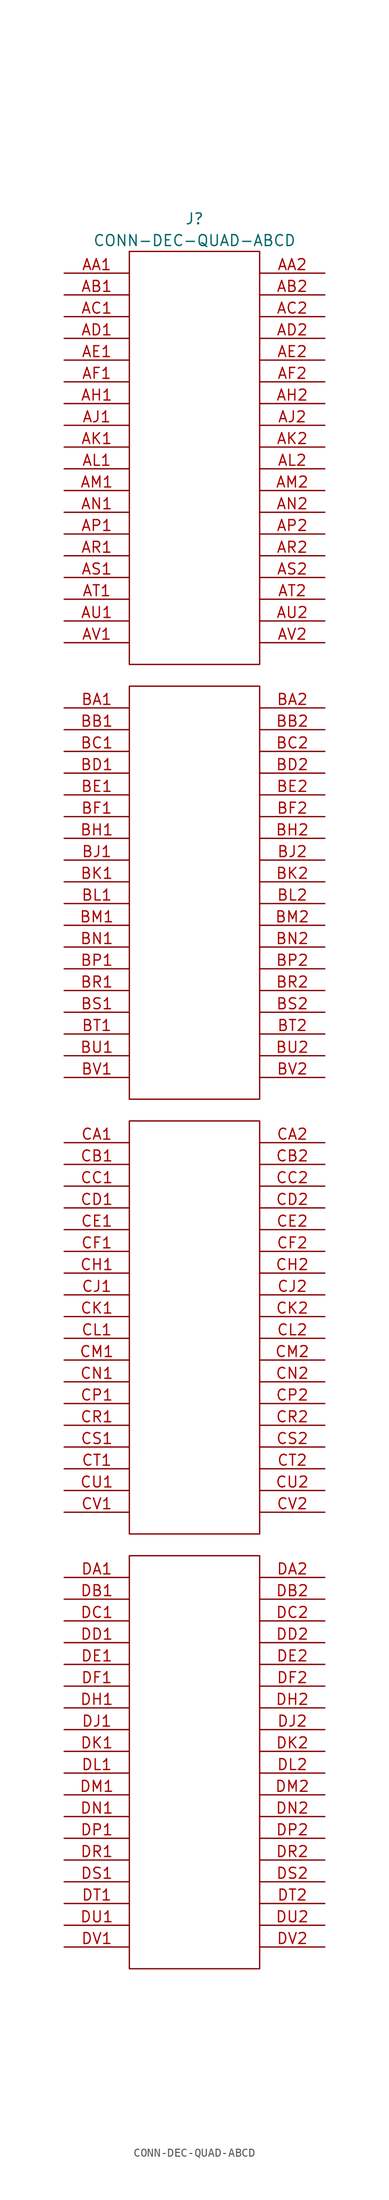
<source format=kicad_sym>
(kicad_symbol_lib
  (version 20220914)
  (generator kicad_symbol_editor)
  (symbol "CONN-DEC-QUAD-ABCD"
    (pin_names
      (offset 1.016) hide)
    (property "Reference" "J"
      (at 0 26.67 0)
      (effects (font (size 1.27 1.27))))
    (property "Value" "CONN-DEC-QUAD-ABCD"
      (at 0 24.13 0)
      (effects (font (size 1.27 1.27))))
    (property "Footprint" ""
      (at -5.08 24.13 0)
      (effects (font (size 1.524 1.524))))
    (property "Datasheet" ""
      (at -5.08 24.13 0)
      (effects (font (size 1.524 1.524))))
    (symbol "CONN-DEC-QUAD-ABCD_0_0"
      (rectangle (start -7.62 -177.8) (end 7.62 -129.54) (stroke (width 0) (type solid)) (fill (type none)))
      (rectangle (start -7.62 -127) (end 7.62 -78.74) (stroke (width 0) (type solid)) (fill (type none)))
      (rectangle (start -7.62 -76.2) (end 7.62 -27.94) (stroke (width 0) (type solid)) (fill (type none)))
      (rectangle (start -7.62 -25.4) (end 7.62 22.86) (stroke (width 0) (type solid)) (fill (type none))))
    (symbol "CONN-DEC-QUAD-ABCD_1_1"
      (pin passive line (at -15.24 20.32 0) (length 7.62) (name "~" (effects (font (size 1.27 1.27)))) (number "AA1" (effects (font (size 1.27 1.27)))))
      (pin passive line (at 15.24 20.32 180) (length 7.62) (name "~" (effects (font (size 1.27 1.27)))) (number "AA2" (effects (font (size 1.27 1.27)))))
      (pin passive line (at -15.24 17.78 0) (length 7.62) (name "~" (effects (font (size 1.27 1.27)))) (number "AB1" (effects (font (size 1.27 1.27)))))
      (pin passive line (at 15.24 17.78 180) (length 7.62) (name "~" (effects (font (size 1.27 1.27)))) (number "AB2" (effects (font (size 1.27 1.27)))))
      (pin passive line (at -15.24 15.24 0) (length 7.62) (name "~" (effects (font (size 1.27 1.27)))) (number "AC1" (effects (font (size 1.27 1.27)))))
      (pin passive line (at 15.24 15.24 180) (length 7.62) (name "~" (effects (font (size 1.27 1.27)))) (number "AC2" (effects (font (size 1.27 1.27)))))
      (pin passive line (at -15.24 12.7 0) (length 7.62) (name "~" (effects (font (size 1.27 1.27)))) (number "AD1" (effects (font (size 1.27 1.27)))))
      (pin passive line (at 15.24 12.7 180) (length 7.62) (name "~" (effects (font (size 1.27 1.27)))) (number "AD2" (effects (font (size 1.27 1.27)))))
      (pin passive line (at -15.24 10.16 0) (length 7.62) (name "~" (effects (font (size 1.27 1.27)))) (number "AE1" (effects (font (size 1.27 1.27)))))
      (pin passive line (at 15.24 10.16 180) (length 7.62) (name "~" (effects (font (size 1.27 1.27)))) (number "AE2" (effects (font (size 1.27 1.27)))))
      (pin passive line (at -15.24 7.62 0) (length 7.62) (name "~" (effects (font (size 1.27 1.27)))) (number "AF1" (effects (font (size 1.27 1.27)))))
      (pin passive line (at 15.24 7.62 180) (length 7.62) (name "~" (effects (font (size 1.27 1.27)))) (number "AF2" (effects (font (size 1.27 1.27)))))
      (pin passive line (at -15.24 5.08 0) (length 7.62) (name "~" (effects (font (size 1.27 1.27)))) (number "AH1" (effects (font (size 1.27 1.27)))))
      (pin passive line (at 15.24 5.08 180) (length 7.62) (name "~" (effects (font (size 1.27 1.27)))) (number "AH2" (effects (font (size 1.27 1.27)))))
      (pin passive line (at -15.24 2.54 0) (length 7.62) (name "~" (effects (font (size 1.27 1.27)))) (number "AJ1" (effects (font (size 1.27 1.27)))))
      (pin input line (at 15.24 2.54 180) (length 7.62) (name "~" (effects (font (size 1.27 1.27)))) (number "AJ2" (effects (font (size 1.27 1.27)))))
      (pin passive line (at -15.24 0 0) (length 7.62) (name "~" (effects (font (size 1.27 1.27)))) (number "AK1" (effects (font (size 1.27 1.27)))))
      (pin passive line (at 15.24 0 180) (length 7.62) (name "~" (effects (font (size 1.27 1.27)))) (number "AK2" (effects (font (size 1.27 1.27)))))
      (pin passive line (at -15.24 -2.54 0) (length 7.62) (name "~" (effects (font (size 1.27 1.27)))) (number "AL1" (effects (font (size 1.27 1.27)))))
      (pin passive line (at 15.24 -2.54 180) (length 7.62) (name "~" (effects (font (size 1.27 1.27)))) (number "AL2" (effects (font (size 1.27 1.27)))))
      (pin passive line (at -15.24 -5.08 0) (length 7.62) (name "~" (effects (font (size 1.27 1.27)))) (number "AM1" (effects (font (size 1.27 1.27)))))
      (pin passive line (at 15.24 -5.08 180) (length 7.62) (name "~" (effects (font (size 1.27 1.27)))) (number "AM2" (effects (font (size 1.27 1.27)))))
      (pin passive line (at -15.24 -7.62 0) (length 7.62) (name "~" (effects (font (size 1.27 1.27)))) (number "AN1" (effects (font (size 1.27 1.27)))))
      (pin passive line (at 15.24 -7.62 180) (length 7.62) (name "~" (effects (font (size 1.27 1.27)))) (number "AN2" (effects (font (size 1.27 1.27)))))
      (pin passive line (at -15.24 -10.16 0) (length 7.62) (name "~" (effects (font (size 1.27 1.27)))) (number "AP1" (effects (font (size 1.27 1.27)))))
      (pin passive line (at 15.24 -10.16 180) (length 7.62) (name "~" (effects (font (size 1.27 1.27)))) (number "AP2" (effects (font (size 1.27 1.27)))))
      (pin passive line (at -15.24 -12.7 0) (length 7.62) (name "~" (effects (font (size 1.27 1.27)))) (number "AR1" (effects (font (size 1.27 1.27)))))
      (pin passive line (at 15.24 -12.7 180) (length 7.62) (name "~" (effects (font (size 1.27 1.27)))) (number "AR2" (effects (font (size 1.27 1.27)))))
      (pin passive line (at -15.24 -15.24 0) (length 7.62) (name "~" (effects (font (size 1.27 1.27)))) (number "AS1" (effects (font (size 1.27 1.27)))))
      (pin passive line (at 15.24 -15.24 180) (length 7.62) (name "~" (effects (font (size 1.27 1.27)))) (number "AS2" (effects (font (size 1.27 1.27)))))
      (pin passive line (at -15.24 -17.78 0) (length 7.62) (name "~" (effects (font (size 1.27 1.27)))) (number "AT1" (effects (font (size 1.27 1.27)))))
      (pin passive line (at 15.24 -17.78 180) (length 7.62) (name "~" (effects (font (size 1.27 1.27)))) (number "AT2" (effects (font (size 1.27 1.27)))))
      (pin passive line (at -15.24 -20.32 0) (length 7.62) (name "~" (effects (font (size 1.27 1.27)))) (number "AU1" (effects (font (size 1.27 1.27)))))
      (pin passive line (at 15.24 -20.32 180) (length 7.62) (name "~" (effects (font (size 1.27 1.27)))) (number "AU2" (effects (font (size 1.27 1.27)))))
      (pin passive line (at -15.24 -22.86 0) (length 7.62) (name "~" (effects (font (size 1.27 1.27)))) (number "AV1" (effects (font (size 1.27 1.27)))))
      (pin passive line (at 15.24 -22.86 180) (length 7.62) (name "~" (effects (font (size 1.27 1.27)))) (number "AV2" (effects (font (size 1.27 1.27)))))
      (pin passive line (at -15.24 -30.48 0) (length 7.62) (name "~" (effects (font (size 1.27 1.27)))) (number "BA1" (effects (font (size 1.27 1.27)))))
      (pin passive line (at 15.24 -30.48 180) (length 7.62) (name "~" (effects (font (size 1.27 1.27)))) (number "BA2" (effects (font (size 1.27 1.27)))))
      (pin passive line (at -15.24 -33.02 0) (length 7.62) (name "~" (effects (font (size 1.27 1.27)))) (number "BB1" (effects (font (size 1.27 1.27)))))
      (pin passive line (at 15.24 -33.02 180) (length 7.62) (name "~" (effects (font (size 1.27 1.27)))) (number "BB2" (effects (font (size 1.27 1.27)))))
      (pin passive line (at -15.24 -35.56 0) (length 7.62) (name "~" (effects (font (size 1.27 1.27)))) (number "BC1" (effects (font (size 1.27 1.27)))))
      (pin passive line (at 15.24 -35.56 180) (length 7.62) (name "~" (effects (font (size 1.27 1.27)))) (number "BC2" (effects (font (size 1.27 1.27)))))
      (pin passive line (at -15.24 -38.1 0) (length 7.62) (name "~" (effects (font (size 1.27 1.27)))) (number "BD1" (effects (font (size 1.27 1.27)))))
      (pin passive line (at 15.24 -38.1 180) (length 7.62) (name "~" (effects (font (size 1.27 1.27)))) (number "BD2" (effects (font (size 1.27 1.27)))))
      (pin passive line (at -15.24 -40.64 0) (length 7.62) (name "~" (effects (font (size 1.27 1.27)))) (number "BE1" (effects (font (size 1.27 1.27)))))
      (pin passive line (at 15.24 -40.64 180) (length 7.62) (name "~" (effects (font (size 1.27 1.27)))) (number "BE2" (effects (font (size 1.27 1.27)))))
      (pin passive line (at -15.24 -43.18 0) (length 7.62) (name "~" (effects (font (size 1.27 1.27)))) (number "BF1" (effects (font (size 1.27 1.27)))))
      (pin passive line (at 15.24 -43.18 180) (length 7.62) (name "~" (effects (font (size 1.27 1.27)))) (number "BF2" (effects (font (size 1.27 1.27)))))
      (pin passive line (at -15.24 -45.72 0) (length 7.62) (name "~" (effects (font (size 1.27 1.27)))) (number "BH1" (effects (font (size 1.27 1.27)))))
      (pin passive line (at 15.24 -45.72 180) (length 7.62) (name "~" (effects (font (size 1.27 1.27)))) (number "BH2" (effects (font (size 1.27 1.27)))))
      (pin passive line (at -15.24 -48.26 0) (length 7.62) (name "~" (effects (font (size 1.27 1.27)))) (number "BJ1" (effects (font (size 1.27 1.27)))))
      (pin passive line (at 15.24 -48.26 180) (length 7.62) (name "~" (effects (font (size 1.27 1.27)))) (number "BJ2" (effects (font (size 1.27 1.27)))))
      (pin passive line (at -15.24 -50.8 0) (length 7.62) (name "~" (effects (font (size 1.27 1.27)))) (number "BK1" (effects (font (size 1.27 1.27)))))
      (pin passive line (at 15.24 -50.8 180) (length 7.62) (name "~" (effects (font (size 1.27 1.27)))) (number "BK2" (effects (font (size 1.27 1.27)))))
      (pin passive line (at -15.24 -53.34 0) (length 7.62) (name "~" (effects (font (size 1.27 1.27)))) (number "BL1" (effects (font (size 1.27 1.27)))))
      (pin passive line (at 15.24 -53.34 180) (length 7.62) (name "~" (effects (font (size 1.27 1.27)))) (number "BL2" (effects (font (size 1.27 1.27)))))
      (pin passive line (at -15.24 -55.88 0) (length 7.62) (name "~" (effects (font (size 1.27 1.27)))) (number "BM1" (effects (font (size 1.27 1.27)))))
      (pin passive line (at 15.24 -55.88 180) (length 7.62) (name "~" (effects (font (size 1.27 1.27)))) (number "BM2" (effects (font (size 1.27 1.27)))))
      (pin passive line (at -15.24 -58.42 0) (length 7.62) (name "~" (effects (font (size 1.27 1.27)))) (number "BN1" (effects (font (size 1.27 1.27)))))
      (pin passive line (at 15.24 -58.42 180) (length 7.62) (name "~" (effects (font (size 1.27 1.27)))) (number "BN2" (effects (font (size 1.27 1.27)))))
      (pin passive line (at -15.24 -60.96 0) (length 7.62) (name "~" (effects (font (size 1.27 1.27)))) (number "BP1" (effects (font (size 1.27 1.27)))))
      (pin passive line (at 15.24 -60.96 180) (length 7.62) (name "~" (effects (font (size 1.27 1.27)))) (number "BP2" (effects (font (size 1.27 1.27)))))
      (pin passive line (at -15.24 -63.5 0) (length 7.62) (name "~" (effects (font (size 1.27 1.27)))) (number "BR1" (effects (font (size 1.27 1.27)))))
      (pin passive line (at 15.24 -63.5 180) (length 7.62) (name "~" (effects (font (size 1.27 1.27)))) (number "BR2" (effects (font (size 1.27 1.27)))))
      (pin passive line (at -15.24 -66.04 0) (length 7.62) (name "~" (effects (font (size 1.27 1.27)))) (number "BS1" (effects (font (size 1.27 1.27)))))
      (pin passive line (at 15.24 -66.04 180) (length 7.62) (name "~" (effects (font (size 1.27 1.27)))) (number "BS2" (effects (font (size 1.27 1.27)))))
      (pin passive line (at -15.24 -68.58 0) (length 7.62) (name "~" (effects (font (size 1.27 1.27)))) (number "BT1" (effects (font (size 1.27 1.27)))))
      (pin passive line (at 15.24 -68.58 180) (length 7.62) (name "~" (effects (font (size 1.27 1.27)))) (number "BT2" (effects (font (size 1.27 1.27)))))
      (pin passive line (at -15.24 -71.12 0) (length 7.62) (name "~" (effects (font (size 1.27 1.27)))) (number "BU1" (effects (font (size 1.27 1.27)))))
      (pin passive line (at 15.24 -71.12 180) (length 7.62) (name "~" (effects (font (size 1.27 1.27)))) (number "BU2" (effects (font (size 1.27 1.27)))))
      (pin passive line (at -15.24 -73.66 0) (length 7.62) (name "~" (effects (font (size 1.27 1.27)))) (number "BV1" (effects (font (size 1.27 1.27)))))
      (pin open_collector line (at 15.24 -73.66 180) (length 7.62) (name "~" (effects (font (size 1.27 1.27)))) (number "BV2" (effects (font (size 1.27 1.27)))))
      (pin passive line (at -15.24 -81.28 0) (length 7.62) (name "~" (effects (font (size 1.27 1.27)))) (number "CA1" (effects (font (size 1.27 1.27)))))
      (pin passive line (at 15.24 -81.28 180) (length 7.62) (name "~" (effects (font (size 1.27 1.27)))) (number "CA2" (effects (font (size 1.27 1.27)))))
      (pin passive line (at -15.24 -83.82 0) (length 7.62) (name "~" (effects (font (size 1.27 1.27)))) (number "CB1" (effects (font (size 1.27 1.27)))))
      (pin passive line (at 15.24 -83.82 180) (length 7.62) (name "~" (effects (font (size 1.27 1.27)))) (number "CB2" (effects (font (size 1.27 1.27)))))
      (pin passive line (at -15.24 -86.36 0) (length 7.62) (name "~" (effects (font (size 1.27 1.27)))) (number "CC1" (effects (font (size 1.27 1.27)))))
      (pin passive line (at 15.24 -86.36 180) (length 7.62) (name "~" (effects (font (size 1.27 1.27)))) (number "CC2" (effects (font (size 1.27 1.27)))))
      (pin passive line (at -15.24 -88.9 0) (length 7.62) (name "~" (effects (font (size 1.27 1.27)))) (number "CD1" (effects (font (size 1.27 1.27)))))
      (pin passive line (at 15.24 -88.9 180) (length 7.62) (name "~" (effects (font (size 1.27 1.27)))) (number "CD2" (effects (font (size 1.27 1.27)))))
      (pin passive line (at -15.24 -91.44 0) (length 7.62) (name "~" (effects (font (size 1.27 1.27)))) (number "CE1" (effects (font (size 1.27 1.27)))))
      (pin passive line (at 15.24 -91.44 180) (length 7.62) (name "~" (effects (font (size 1.27 1.27)))) (number "CE2" (effects (font (size 1.27 1.27)))))
      (pin passive line (at -15.24 -93.98 0) (length 7.62) (name "~" (effects (font (size 1.27 1.27)))) (number "CF1" (effects (font (size 1.27 1.27)))))
      (pin passive line (at 15.24 -93.98 180) (length 7.62) (name "~" (effects (font (size 1.27 1.27)))) (number "CF2" (effects (font (size 1.27 1.27)))))
      (pin passive line (at -15.24 -96.52 0) (length 7.62) (name "~" (effects (font (size 1.27 1.27)))) (number "CH1" (effects (font (size 1.27 1.27)))))
      (pin passive line (at 15.24 -96.52 180) (length 7.62) (name "~" (effects (font (size 1.27 1.27)))) (number "CH2" (effects (font (size 1.27 1.27)))))
      (pin passive line (at -15.24 -99.06 0) (length 7.62) (name "~" (effects (font (size 1.27 1.27)))) (number "CJ1" (effects (font (size 1.27 1.27)))))
      (pin input line (at 15.24 -99.06 180) (length 7.62) (name "~" (effects (font (size 1.27 1.27)))) (number "CJ2" (effects (font (size 1.27 1.27)))))
      (pin passive line (at -15.24 -101.6 0) (length 7.62) (name "~" (effects (font (size 1.27 1.27)))) (number "CK1" (effects (font (size 1.27 1.27)))))
      (pin passive line (at 15.24 -101.6 180) (length 7.62) (name "~" (effects (font (size 1.27 1.27)))) (number "CK2" (effects (font (size 1.27 1.27)))))
      (pin passive line (at -15.24 -104.14 0) (length 7.62) (name "~" (effects (font (size 1.27 1.27)))) (number "CL1" (effects (font (size 1.27 1.27)))))
      (pin passive line (at 15.24 -104.14 180) (length 7.62) (name "~" (effects (font (size 1.27 1.27)))) (number "CL2" (effects (font (size 1.27 1.27)))))
      (pin passive line (at -15.24 -106.68 0) (length 7.62) (name "~" (effects (font (size 1.27 1.27)))) (number "CM1" (effects (font (size 1.27 1.27)))))
      (pin passive line (at 15.24 -106.68 180) (length 7.62) (name "~" (effects (font (size 1.27 1.27)))) (number "CM2" (effects (font (size 1.27 1.27)))))
      (pin passive line (at -15.24 -109.22 0) (length 7.62) (name "~" (effects (font (size 1.27 1.27)))) (number "CN1" (effects (font (size 1.27 1.27)))))
      (pin passive line (at 15.24 -109.22 180) (length 7.62) (name "~" (effects (font (size 1.27 1.27)))) (number "CN2" (effects (font (size 1.27 1.27)))))
      (pin passive line (at -15.24 -111.76 0) (length 7.62) (name "~" (effects (font (size 1.27 1.27)))) (number "CP1" (effects (font (size 1.27 1.27)))))
      (pin passive line (at 15.24 -111.76 180) (length 7.62) (name "~" (effects (font (size 1.27 1.27)))) (number "CP2" (effects (font (size 1.27 1.27)))))
      (pin passive line (at -15.24 -114.3 0) (length 7.62) (name "~" (effects (font (size 1.27 1.27)))) (number "CR1" (effects (font (size 1.27 1.27)))))
      (pin passive line (at 15.24 -114.3 180) (length 7.62) (name "~" (effects (font (size 1.27 1.27)))) (number "CR2" (effects (font (size 1.27 1.27)))))
      (pin passive line (at -15.24 -116.84 0) (length 7.62) (name "~" (effects (font (size 1.27 1.27)))) (number "CS1" (effects (font (size 1.27 1.27)))))
      (pin passive line (at 15.24 -116.84 180) (length 7.62) (name "~" (effects (font (size 1.27 1.27)))) (number "CS2" (effects (font (size 1.27 1.27)))))
      (pin passive line (at -15.24 -119.38 0) (length 7.62) (name "~" (effects (font (size 1.27 1.27)))) (number "CT1" (effects (font (size 1.27 1.27)))))
      (pin passive line (at 15.24 -119.38 180) (length 7.62) (name "~" (effects (font (size 1.27 1.27)))) (number "CT2" (effects (font (size 1.27 1.27)))))
      (pin passive line (at -15.24 -121.92 0) (length 7.62) (name "~" (effects (font (size 1.27 1.27)))) (number "CU1" (effects (font (size 1.27 1.27)))))
      (pin passive line (at 15.24 -121.92 180) (length 7.62) (name "~" (effects (font (size 1.27 1.27)))) (number "CU2" (effects (font (size 1.27 1.27)))))
      (pin passive line (at -15.24 -124.46 0) (length 7.62) (name "~" (effects (font (size 1.27 1.27)))) (number "CV1" (effects (font (size 1.27 1.27)))))
      (pin passive line (at 15.24 -124.46 180) (length 7.62) (name "~" (effects (font (size 1.27 1.27)))) (number "CV2" (effects (font (size 1.27 1.27)))))
      (pin passive line (at -15.24 -132.08 0) (length 7.62) (name "~" (effects (font (size 1.27 1.27)))) (number "DA1" (effects (font (size 1.27 1.27)))))
      (pin passive line (at 15.24 -132.08 180) (length 7.62) (name "~" (effects (font (size 1.27 1.27)))) (number "DA2" (effects (font (size 1.27 1.27)))))
      (pin passive line (at -15.24 -134.62 0) (length 7.62) (name "~" (effects (font (size 1.27 1.27)))) (number "DB1" (effects (font (size 1.27 1.27)))))
      (pin passive line (at 15.24 -134.62 180) (length 7.62) (name "~" (effects (font (size 1.27 1.27)))) (number "DB2" (effects (font (size 1.27 1.27)))))
      (pin passive line (at -15.24 -137.16 0) (length 7.62) (name "~" (effects (font (size 1.27 1.27)))) (number "DC1" (effects (font (size 1.27 1.27)))))
      (pin passive line (at 15.24 -137.16 180) (length 7.62) (name "~" (effects (font (size 1.27 1.27)))) (number "DC2" (effects (font (size 1.27 1.27)))))
      (pin passive line (at -15.24 -139.7 0) (length 7.62) (name "~" (effects (font (size 1.27 1.27)))) (number "DD1" (effects (font (size 1.27 1.27)))))
      (pin passive line (at 15.24 -139.7 180) (length 7.62) (name "~" (effects (font (size 1.27 1.27)))) (number "DD2" (effects (font (size 1.27 1.27)))))
      (pin passive line (at -15.24 -142.24 0) (length 7.62) (name "~" (effects (font (size 1.27 1.27)))) (number "DE1" (effects (font (size 1.27 1.27)))))
      (pin passive line (at 15.24 -142.24 180) (length 7.62) (name "~" (effects (font (size 1.27 1.27)))) (number "DE2" (effects (font (size 1.27 1.27)))))
      (pin passive line (at -15.24 -144.78 0) (length 7.62) (name "~" (effects (font (size 1.27 1.27)))) (number "DF1" (effects (font (size 1.27 1.27)))))
      (pin passive line (at 15.24 -144.78 180) (length 7.62) (name "~" (effects (font (size 1.27 1.27)))) (number "DF2" (effects (font (size 1.27 1.27)))))
      (pin passive line (at -15.24 -147.32 0) (length 7.62) (name "~" (effects (font (size 1.27 1.27)))) (number "DH1" (effects (font (size 1.27 1.27)))))
      (pin passive line (at 15.24 -147.32 180) (length 7.62) (name "~" (effects (font (size 1.27 1.27)))) (number "DH2" (effects (font (size 1.27 1.27)))))
      (pin passive line (at -15.24 -149.86 0) (length 7.62) (name "~" (effects (font (size 1.27 1.27)))) (number "DJ1" (effects (font (size 1.27 1.27)))))
      (pin passive line (at 15.24 -149.86 180) (length 7.62) (name "~" (effects (font (size 1.27 1.27)))) (number "DJ2" (effects (font (size 1.27 1.27)))))
      (pin passive line (at -15.24 -152.4 0) (length 7.62) (name "~" (effects (font (size 1.27 1.27)))) (number "DK1" (effects (font (size 1.27 1.27)))))
      (pin passive line (at 15.24 -152.4 180) (length 7.62) (name "~" (effects (font (size 1.27 1.27)))) (number "DK2" (effects (font (size 1.27 1.27)))))
      (pin passive line (at -15.24 -154.94 0) (length 7.62) (name "~" (effects (font (size 1.27 1.27)))) (number "DL1" (effects (font (size 1.27 1.27)))))
      (pin passive line (at 15.24 -154.94 180) (length 7.62) (name "~" (effects (font (size 1.27 1.27)))) (number "DL2" (effects (font (size 1.27 1.27)))))
      (pin passive line (at -15.24 -157.48 0) (length 7.62) (name "~" (effects (font (size 1.27 1.27)))) (number "DM1" (effects (font (size 1.27 1.27)))))
      (pin passive line (at 15.24 -157.48 180) (length 7.62) (name "~" (effects (font (size 1.27 1.27)))) (number "DM2" (effects (font (size 1.27 1.27)))))
      (pin passive line (at -15.24 -160.02 0) (length 7.62) (name "~" (effects (font (size 1.27 1.27)))) (number "DN1" (effects (font (size 1.27 1.27)))))
      (pin passive line (at 15.24 -160.02 180) (length 7.62) (name "~" (effects (font (size 1.27 1.27)))) (number "DN2" (effects (font (size 1.27 1.27)))))
      (pin passive line (at -15.24 -162.56 0) (length 7.62) (name "~" (effects (font (size 1.27 1.27)))) (number "DP1" (effects (font (size 1.27 1.27)))))
      (pin passive line (at 15.24 -162.56 180) (length 7.62) (name "~" (effects (font (size 1.27 1.27)))) (number "DP2" (effects (font (size 1.27 1.27)))))
      (pin passive line (at -15.24 -165.1 0) (length 7.62) (name "~" (effects (font (size 1.27 1.27)))) (number "DR1" (effects (font (size 1.27 1.27)))))
      (pin passive line (at 15.24 -165.1 180) (length 7.62) (name "~" (effects (font (size 1.27 1.27)))) (number "DR2" (effects (font (size 1.27 1.27)))))
      (pin passive line (at -15.24 -167.64 0) (length 7.62) (name "~" (effects (font (size 1.27 1.27)))) (number "DS1" (effects (font (size 1.27 1.27)))))
      (pin passive line (at 15.24 -167.64 180) (length 7.62) (name "~" (effects (font (size 1.27 1.27)))) (number "DS2" (effects (font (size 1.27 1.27)))))
      (pin passive line (at -15.24 -170.18 0) (length 7.62) (name "~" (effects (font (size 1.27 1.27)))) (number "DT1" (effects (font (size 1.27 1.27)))))
      (pin passive line (at 15.24 -170.18 180) (length 7.62) (name "~" (effects (font (size 1.27 1.27)))) (number "DT2" (effects (font (size 1.27 1.27)))))
      (pin passive line (at -15.24 -172.72 0) (length 7.62) (name "~" (effects (font (size 1.27 1.27)))) (number "DU1" (effects (font (size 1.27 1.27)))))
      (pin passive line (at 15.24 -172.72 180) (length 7.62) (name "~" (effects (font (size 1.27 1.27)))) (number "DU2" (effects (font (size 1.27 1.27)))))
      (pin passive line (at -15.24 -175.26 0) (length 7.62) (name "~" (effects (font (size 1.27 1.27)))) (number "DV1" (effects (font (size 1.27 1.27)))))
      (pin open_collector line (at 15.24 -175.26 180) (length 7.62) (name "~" (effects (font (size 1.27 1.27)))) (number "DV2" (effects (font (size 1.27 1.27))))))))
</source>
